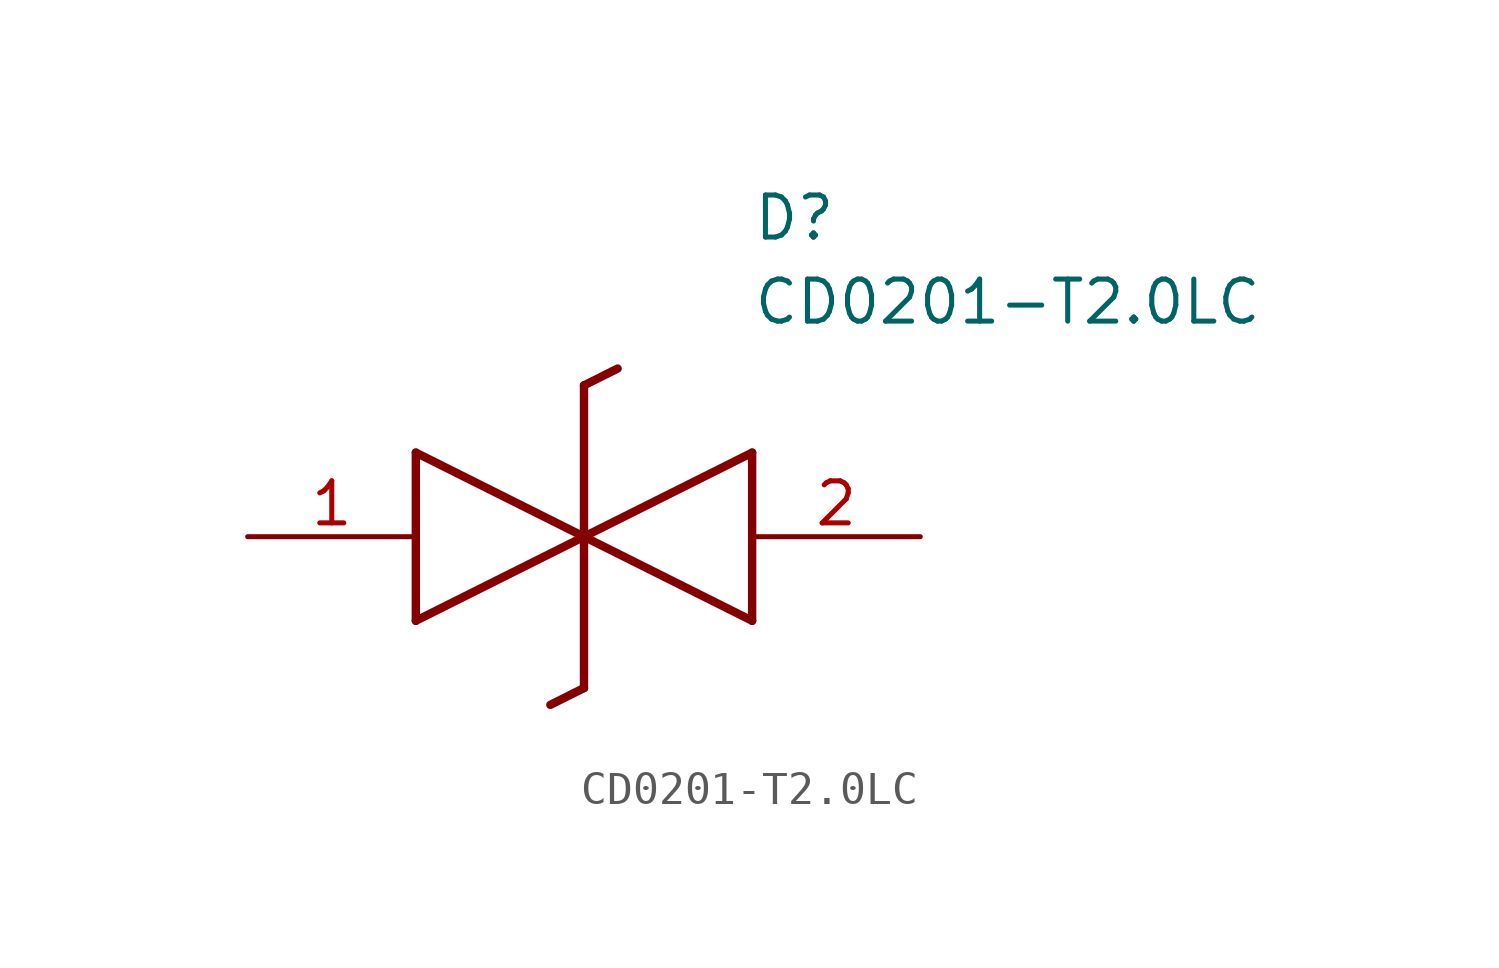
<source format=kicad_sym>
(kicad_symbol_lib
  (version 20211014)
  (generator SamacSys_ECAD_Model)
  (symbol "CD0201-T2.0LC"
    (pin_names hide)
    (property "Reference" "D"
      (at 15.24 8.89 0)
      (effects (font (size 1.27 1.27)) (justify left bottom)))
    (property "Value" "CD0201-T2.0LC"
      (at 15.24 6.35 0)
      (effects (font (size 1.27 1.27)) (justify left bottom)))
    (polyline
      (pts (xy 10.16 0) (xy 5.08 -2.54))
      (stroke (width 0.254) (type default))
      (fill (type none)))
    (polyline
      (pts (xy 5.08 2.54) (xy 5.08 -2.54))
      (stroke (width 0.254) (type default))
      (fill (type none)))
    (polyline
      (pts (xy 5.08 2.54) (xy 10.16 0))
      (stroke (width 0.254) (type default))
      (fill (type none)))
    (polyline
      (pts (xy 10.16 0) (xy 15.24 -2.54))
      (stroke (width 0.254) (type default))
      (fill (type none)))
    (polyline
      (pts (xy 15.24 2.54) (xy 15.24 -2.54))
      (stroke (width 0.254) (type default))
      (fill (type none)))
    (polyline
      (pts (xy 15.24 2.54) (xy 10.16 0))
      (stroke (width 0.254) (type default))
      (fill (type none)))
    (polyline
      (pts (xy 10.16 -4.572) (xy 10.16 4.572))
      (stroke (width 0.254) (type default))
      (fill (type none)))
    (polyline
      (pts (xy 11.176 5.08) (xy 10.16 4.572))
      (stroke (width 0.254) (type default))
      (fill (type none)))
    (polyline
      (pts (xy 10.16 -4.572) (xy 9.144 -5.08))
      (stroke (width 0.254) (type default))
      (fill (type none)))
    (pin passive line
      (at 0 0 0)
      (length 5.08)
      (name "K1" (effects (font (size 1.27 1.27))))
      (number "1" (effects (font (size 1.27 1.27)))))
    (pin passive line
      (at 20.32 0 180)
      (length 5.08)
      (name "K2" (effects (font (size 1.27 1.27))))
      (number "2" (effects (font (size 1.27 1.27)))))))
</source>
